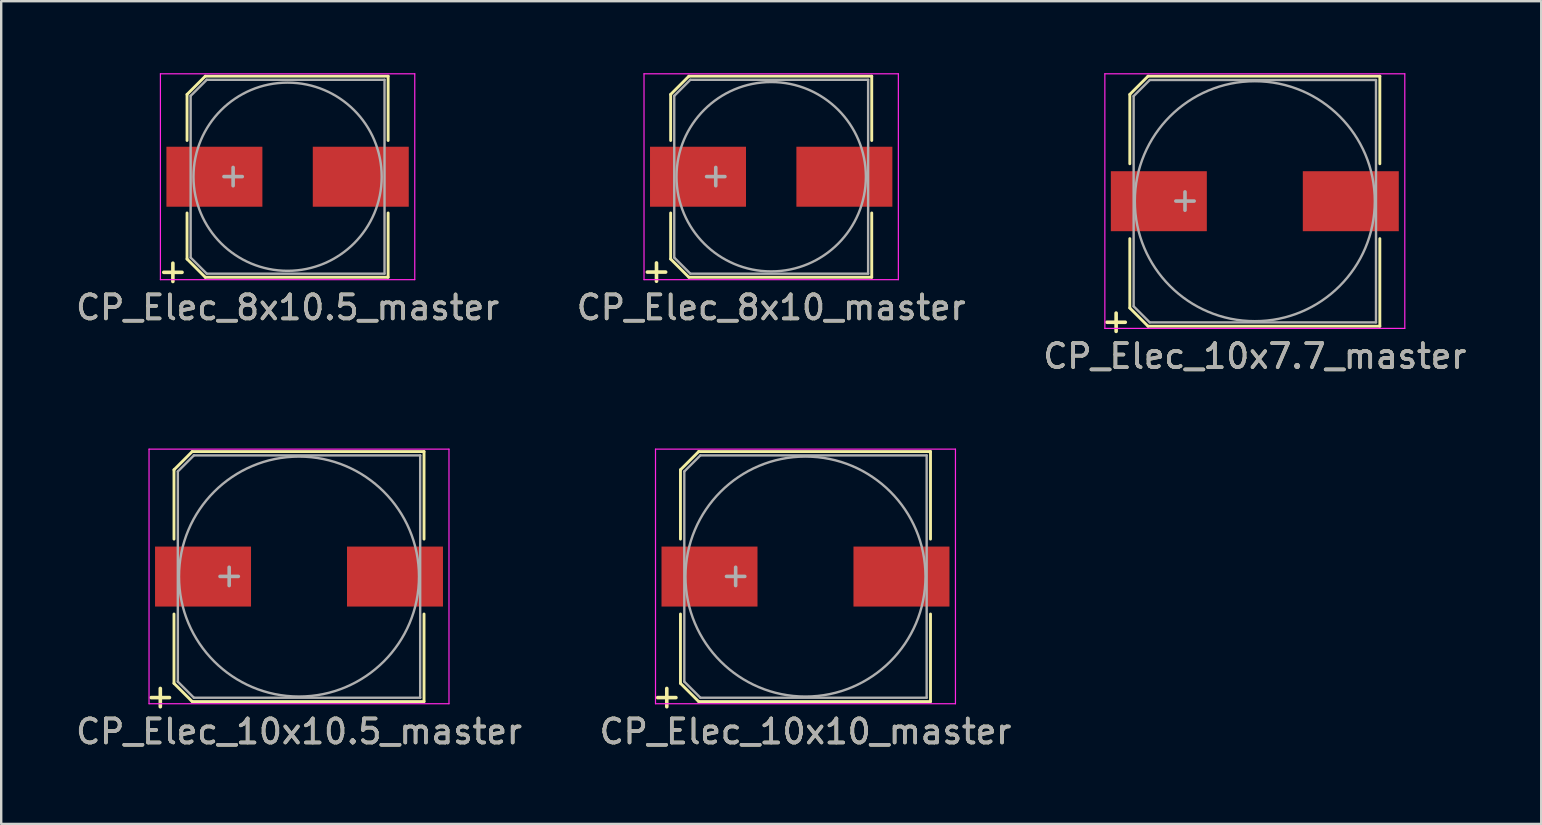
<source format=kicad_pcb>
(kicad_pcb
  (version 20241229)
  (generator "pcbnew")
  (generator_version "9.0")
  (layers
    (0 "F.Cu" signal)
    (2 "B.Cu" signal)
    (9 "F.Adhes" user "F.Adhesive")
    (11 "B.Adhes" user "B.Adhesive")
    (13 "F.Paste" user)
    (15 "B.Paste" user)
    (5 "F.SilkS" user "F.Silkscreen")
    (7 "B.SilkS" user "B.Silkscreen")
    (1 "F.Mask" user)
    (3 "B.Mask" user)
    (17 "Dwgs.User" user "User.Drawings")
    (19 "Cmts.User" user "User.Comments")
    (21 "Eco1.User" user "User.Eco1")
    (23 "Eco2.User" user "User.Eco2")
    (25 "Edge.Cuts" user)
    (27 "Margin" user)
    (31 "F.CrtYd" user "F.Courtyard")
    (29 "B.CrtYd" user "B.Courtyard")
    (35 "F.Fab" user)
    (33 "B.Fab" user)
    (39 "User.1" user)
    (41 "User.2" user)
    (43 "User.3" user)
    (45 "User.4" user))
  (footprint "CP_Elec_10x10.5_master"
    (layer "F.Cu")
    (at 9.411 20.978)
    (property "Reference" "CP_Elec_10x10.5_master" (at 0 6.46 0) (layer "F.SilkS") (effects (font (size 1 1) (thickness 0.15))))
    (attr smd)
    (fp_line (start -5.21 -4.45) (end -5.21 -1.56) (stroke (width 0.12) (type solid)) (layer "F.SilkS"))
    (fp_line (start -5.21 -4.45) (end -4.45 -5.21) (stroke (width 0.12) (type solid)) (layer "F.SilkS"))
    (fp_line (start -5.21 4.45) (end -5.21 1.56) (stroke (width 0.12) (type solid)) (layer "F.SilkS"))
    (fp_line (start -4.45 -5.21) (end 5.21 -5.21) (stroke (width 0.12) (type solid)) (layer "F.SilkS"))
    (fp_line (start -4.45 5.21) (end -5.21 4.45) (stroke (width 0.12) (type solid)) (layer "F.SilkS"))
    (fp_line (start 5.21 -5.21) (end 5.21 -1.56) (stroke (width 0.12) (type solid)) (layer "F.SilkS"))
    (fp_line (start 5.21 5.21) (end -4.45 5.21) (stroke (width 0.12) (type solid)) (layer "F.SilkS"))
    (fp_line (start 5.21 5.21) (end 5.21 1.56) (stroke (width 0.12) (type solid)) (layer "F.SilkS"))
    (fp_line (start -6.25 -5.31) (end -6.25 5.3) (stroke (width 0.05) (type solid)) (layer "F.CrtYd"))
    (fp_line (start -6.25 -5.31) (end 6.25 -5.31) (stroke (width 0.05) (type solid)) (layer "F.CrtYd"))
    (fp_line (start 6.25 5.3) (end -6.25 5.3) (stroke (width 0.05) (type solid)) (layer "F.CrtYd"))
    (fp_line (start 6.25 5.3) (end 6.25 -5.31) (stroke (width 0.05) (type solid)) (layer "F.CrtYd"))
    (fp_line (start -5.05 -4.38) (end -5.05 4.38) (stroke (width 0.1) (type solid)) (layer "F.Fab"))
    (fp_line (start -5.05 4.38) (end -4.38 5.05) (stroke (width 0.1) (type solid)) (layer "F.Fab"))
    (fp_line (start -4.38 -5.05) (end -5.05 -4.38) (stroke (width 0.1) (type solid)) (layer "F.Fab"))
    (fp_line (start -4.38 5.05) (end 5.05 5.05) (stroke (width 0.1) (type solid)) (layer "F.Fab"))
    (fp_line (start 5.05 -5.05) (end -4.38 -5.05) (stroke (width 0.1) (type solid)) (layer "F.Fab"))
    (fp_line (start 5.05 5.05) (end 5.05 -5.05) (stroke (width 0.1) (type solid)) (layer "F.Fab"))
    (fp_circle (center 0 0) (end 0 5) (stroke (width 0.1) (type solid)) (fill no) (layer "F.Fab"))
    (fp_text user "+" (at -5.78 4.97 0) (layer "F.SilkS") (effects (font (size 1 1) (thickness 0.15))))
    (fp_text user "+" (at -2.91 -0.08 0) (layer "F.Fab") (effects (font (size 1 1) (thickness 0.15))))
    (fp_text user "${REFERENCE}" (at 0 6.46 0) (layer "F.Fab") (effects (font (size 1 1) (thickness 0.15))))
    (pad "1" smd rect (at -4 0 180) (size 4 2.5) (layers "F.Cu" "F.Mask" "F.Paste"))
    (pad "2" smd rect (at 4 0 180) (size 4 2.5) (layers "F.Cu" "F.Mask" "F.Paste")))
  (footprint "CP_Elec_8x10_master"
    (layer "F.Cu")
    (at 29.089 4.315)
    (property "Reference" "CP_Elec_8x10_master" (at 0 5.45 0) (layer "F.SilkS") (effects (font (size 1 1) (thickness 0.15))))
    (attr smd)
    (fp_line (start -4.19 -3.43) (end -4.19 -1.51) (stroke (width 0.12) (type solid)) (layer "F.SilkS"))
    (fp_line (start -4.19 -3.43) (end -3.43 -4.19) (stroke (width 0.12) (type solid)) (layer "F.SilkS"))
    (fp_line (start -4.19 3.43) (end -4.19 1.51) (stroke (width 0.12) (type solid)) (layer "F.SilkS"))
    (fp_line (start -3.43 -4.19) (end 4.19 -4.19) (stroke (width 0.12) (type solid)) (layer "F.SilkS"))
    (fp_line (start -3.43 4.19) (end -4.19 3.43) (stroke (width 0.12) (type solid)) (layer "F.SilkS"))
    (fp_line (start 4.19 -4.19) (end 4.19 -1.51) (stroke (width 0.12) (type solid)) (layer "F.SilkS"))
    (fp_line (start 4.19 4.19) (end -3.43 4.19) (stroke (width 0.12) (type solid)) (layer "F.SilkS"))
    (fp_line (start 4.19 4.19) (end 4.19 1.51) (stroke (width 0.12) (type solid)) (layer "F.SilkS"))
    (fp_line (start -5.3 -4.29) (end -5.3 4.29) (stroke (width 0.05) (type solid)) (layer "F.CrtYd"))
    (fp_line (start -5.3 -4.29) (end 5.3 -4.29) (stroke (width 0.05) (type solid)) (layer "F.CrtYd"))
    (fp_line (start 5.3 4.29) (end -5.3 4.29) (stroke (width 0.05) (type solid)) (layer "F.CrtYd"))
    (fp_line (start 5.3 4.29) (end 5.3 -4.29) (stroke (width 0.05) (type solid)) (layer "F.CrtYd"))
    (fp_line (start -4.04 -3.37) (end -4.04 3.37) (stroke (width 0.1) (type solid)) (layer "F.Fab"))
    (fp_line (start -4.04 3.37) (end -3.37 4.04) (stroke (width 0.1) (type solid)) (layer "F.Fab"))
    (fp_line (start -3.37 -4.04) (end -4.04 -3.37) (stroke (width 0.1) (type solid)) (layer "F.Fab"))
    (fp_line (start -3.37 4.04) (end 4.04 4.04) (stroke (width 0.1) (type solid)) (layer "F.Fab"))
    (fp_line (start 4.04 -4.04) (end -3.37 -4.04) (stroke (width 0.1) (type solid)) (layer "F.Fab"))
    (fp_line (start 4.04 4.04) (end 4.04 -4.04) (stroke (width 0.1) (type solid)) (layer "F.Fab"))
    (fp_circle (center 0 0) (end -0.6 3.9) (stroke (width 0.1) (type solid)) (fill no) (layer "F.Fab"))
    (fp_text user "+" (at -4.78 3.9 0) (layer "F.SilkS") (effects (font (size 1 1) (thickness 0.15))))
    (fp_text user "${REFERENCE}" (at 0 5.45 0) (layer "F.Fab") (effects (font (size 1 1) (thickness 0.15))))
    (fp_text user "+" (at -2.31 -0.08 0) (layer "F.Fab") (effects (font (size 1 1) (thickness 0.15))))
    (pad "1" smd rect (at -3.05 0 180) (size 4 2.5) (layers "F.Cu" "F.Mask" "F.Paste"))
    (pad "2" smd rect (at 3.05 0 180) (size 4 2.5) (layers "F.Cu" "F.Mask" "F.Paste")))
  (footprint "CP_Elec_10x7.7_master"
    (layer "F.Cu")
    (at 49.244 5.335)
    (property "Reference" "CP_Elec_10x7.7_master" (at 0 6.46 0) (layer "F.SilkS") (effects (font (size 1 1) (thickness 0.15))))
    (attr smd)
    (fp_line (start -5.21 -4.45) (end -5.21 -1.56) (stroke (width 0.12) (type solid)) (layer "F.SilkS"))
    (fp_line (start -5.21 -4.45) (end -4.45 -5.21) (stroke (width 0.12) (type solid)) (layer "F.SilkS"))
    (fp_line (start -5.21 4.45) (end -5.21 1.56) (stroke (width 0.12) (type solid)) (layer "F.SilkS"))
    (fp_line (start -4.45 -5.21) (end 5.21 -5.21) (stroke (width 0.12) (type solid)) (layer "F.SilkS"))
    (fp_line (start -4.45 5.21) (end -5.21 4.45) (stroke (width 0.12) (type solid)) (layer "F.SilkS"))
    (fp_line (start 5.21 -5.21) (end 5.21 -1.56) (stroke (width 0.12) (type solid)) (layer "F.SilkS"))
    (fp_line (start 5.21 5.21) (end -4.45 5.21) (stroke (width 0.12) (type solid)) (layer "F.SilkS"))
    (fp_line (start 5.21 5.21) (end 5.21 1.56) (stroke (width 0.12) (type solid)) (layer "F.SilkS"))
    (fp_line (start -6.25 -5.31) (end -6.25 5.3) (stroke (width 0.05) (type solid)) (layer "F.CrtYd"))
    (fp_line (start -6.25 -5.31) (end 6.25 -5.31) (stroke (width 0.05) (type solid)) (layer "F.CrtYd"))
    (fp_line (start 6.25 5.3) (end -6.25 5.3) (stroke (width 0.05) (type solid)) (layer "F.CrtYd"))
    (fp_line (start 6.25 5.3) (end 6.25 -5.31) (stroke (width 0.05) (type solid)) (layer "F.CrtYd"))
    (fp_line (start -5.05 -4.38) (end -5.05 4.38) (stroke (width 0.1) (type solid)) (layer "F.Fab"))
    (fp_line (start -5.05 4.38) (end -4.38 5.05) (stroke (width 0.1) (type solid)) (layer "F.Fab"))
    (fp_line (start -4.38 -5.05) (end -5.05 -4.38) (stroke (width 0.1) (type solid)) (layer "F.Fab"))
    (fp_line (start -4.38 5.05) (end 5.05 5.05) (stroke (width 0.1) (type solid)) (layer "F.Fab"))
    (fp_line (start 5.05 -5.05) (end -4.38 -5.05) (stroke (width 0.1) (type solid)) (layer "F.Fab"))
    (fp_line (start 5.05 5.05) (end 5.05 -5.05) (stroke (width 0.1) (type solid)) (layer "F.Fab"))
    (fp_circle (center 0 0) (end 0 5) (stroke (width 0.1) (type solid)) (fill no) (layer "F.Fab"))
    (fp_text user "+" (at -5.78 4.97 0) (layer "F.SilkS") (effects (font (size 1 1) (thickness 0.15))))
    (fp_text user "+" (at -2.91 -0.08 0) (layer "F.Fab") (effects (font (size 1 1) (thickness 0.15))))
    (fp_text user "${REFERENCE}" (at 0 6.46 0) (layer "F.Fab") (effects (font (size 1 1) (thickness 0.15))))
    (pad "1" smd rect (at -4 0 180) (size 4 2.5) (layers "F.Cu" "F.Mask" "F.Paste"))
    (pad "2" smd rect (at 4 0 180) (size 4 2.5) (layers "F.Cu" "F.Mask" "F.Paste")))
  (footprint "CP_Elec_8x10.5_master"
    (layer "F.Cu")
    (at 8.935 4.315)
    (property "Reference" "CP_Elec_8x10.5_master" (at 0 5.45 0) (layer "F.SilkS") (effects (font (size 1 1) (thickness 0.15))))
    (attr smd)
    (fp_line (start -4.19 -3.43) (end -4.19 -1.51) (stroke (width 0.12) (type solid)) (layer "F.SilkS"))
    (fp_line (start -4.19 -3.43) (end -3.43 -4.19) (stroke (width 0.12) (type solid)) (layer "F.SilkS"))
    (fp_line (start -4.19 3.43) (end -4.19 1.51) (stroke (width 0.12) (type solid)) (layer "F.SilkS"))
    (fp_line (start -3.43 -4.19) (end 4.19 -4.19) (stroke (width 0.12) (type solid)) (layer "F.SilkS"))
    (fp_line (start -3.43 4.19) (end -4.19 3.43) (stroke (width 0.12) (type solid)) (layer "F.SilkS"))
    (fp_line (start 4.19 -4.19) (end 4.19 -1.51) (stroke (width 0.12) (type solid)) (layer "F.SilkS"))
    (fp_line (start 4.19 4.19) (end -3.43 4.19) (stroke (width 0.12) (type solid)) (layer "F.SilkS"))
    (fp_line (start 4.19 4.19) (end 4.19 1.51) (stroke (width 0.12) (type solid)) (layer "F.SilkS"))
    (fp_line (start -5.3 -4.29) (end -5.3 4.29) (stroke (width 0.05) (type solid)) (layer "F.CrtYd"))
    (fp_line (start -5.3 -4.29) (end 5.3 -4.29) (stroke (width 0.05) (type solid)) (layer "F.CrtYd"))
    (fp_line (start 5.3 4.29) (end -5.3 4.29) (stroke (width 0.05) (type solid)) (layer "F.CrtYd"))
    (fp_line (start 5.3 4.29) (end 5.3 -4.29) (stroke (width 0.05) (type solid)) (layer "F.CrtYd"))
    (fp_line (start -4.04 -3.37) (end -4.04 3.37) (stroke (width 0.1) (type solid)) (layer "F.Fab"))
    (fp_line (start -4.04 3.37) (end -3.37 4.04) (stroke (width 0.1) (type solid)) (layer "F.Fab"))
    (fp_line (start -3.37 -4.04) (end -4.04 -3.37) (stroke (width 0.1) (type solid)) (layer "F.Fab"))
    (fp_line (start -3.37 4.04) (end 4.04 4.04) (stroke (width 0.1) (type solid)) (layer "F.Fab"))
    (fp_line (start 4.04 -4.04) (end -3.37 -4.04) (stroke (width 0.1) (type solid)) (layer "F.Fab"))
    (fp_line (start 4.04 4.04) (end 4.04 -4.04) (stroke (width 0.1) (type solid)) (layer "F.Fab"))
    (fp_circle (center 0 0) (end 1.3 3.7) (stroke (width 0.1) (type solid)) (fill no) (layer "F.Fab"))
    (fp_text user "+" (at -4.78 3.91 0) (layer "F.SilkS") (effects (font (size 1 1) (thickness 0.15))))
    (fp_text user "+" (at -2.27 -0.08 0) (layer "F.Fab") (effects (font (size 1 1) (thickness 0.15))))
    (fp_text user "${REFERENCE}" (at 0 5.45 0) (layer "F.Fab") (effects (font (size 1 1) (thickness 0.15))))
    (pad "1" smd rect (at -3.05 0 180) (size 4 2.5) (layers "F.Cu" "F.Mask" "F.Paste"))
    (pad "2" smd rect (at 3.05 0 180) (size 4 2.5) (layers "F.Cu" "F.Mask" "F.Paste")))
  (footprint "CP_Elec_10x10_master"
    (layer "F.Cu")
    (at 30.518 20.978)
    (property "Reference" "CP_Elec_10x10_master" (at 0 6.46 0) (layer "F.SilkS") (effects (font (size 1 1) (thickness 0.15))))
    (attr smd)
    (fp_line (start -5.21 -4.45) (end -5.21 -1.56) (stroke (width 0.12) (type solid)) (layer "F.SilkS"))
    (fp_line (start -5.21 -4.45) (end -4.45 -5.21) (stroke (width 0.12) (type solid)) (layer "F.SilkS"))
    (fp_line (start -5.21 4.45) (end -5.21 1.56) (stroke (width 0.12) (type solid)) (layer "F.SilkS"))
    (fp_line (start -4.45 -5.21) (end 5.21 -5.21) (stroke (width 0.12) (type solid)) (layer "F.SilkS"))
    (fp_line (start -4.45 5.21) (end -5.21 4.45) (stroke (width 0.12) (type solid)) (layer "F.SilkS"))
    (fp_line (start 5.21 -5.21) (end 5.21 -1.56) (stroke (width 0.12) (type solid)) (layer "F.SilkS"))
    (fp_line (start 5.21 5.21) (end -4.45 5.21) (stroke (width 0.12) (type solid)) (layer "F.SilkS"))
    (fp_line (start 5.21 5.21) (end 5.21 1.56) (stroke (width 0.12) (type solid)) (layer "F.SilkS"))
    (fp_line (start -6.25 -5.31) (end -6.25 5.3) (stroke (width 0.05) (type solid)) (layer "F.CrtYd"))
    (fp_line (start -6.25 -5.31) (end 6.25 -5.31) (stroke (width 0.05) (type solid)) (layer "F.CrtYd"))
    (fp_line (start 6.25 5.3) (end -6.25 5.3) (stroke (width 0.05) (type solid)) (layer "F.CrtYd"))
    (fp_line (start 6.25 5.3) (end 6.25 -5.31) (stroke (width 0.05) (type solid)) (layer "F.CrtYd"))
    (fp_line (start -5.05 -4.38) (end -5.05 4.38) (stroke (width 0.1) (type solid)) (layer "F.Fab"))
    (fp_line (start -5.05 4.38) (end -4.38 5.05) (stroke (width 0.1) (type solid)) (layer "F.Fab"))
    (fp_line (start -4.38 -5.05) (end -5.05 -4.38) (stroke (width 0.1) (type solid)) (layer "F.Fab"))
    (fp_line (start -4.38 5.05) (end 5.05 5.05) (stroke (width 0.1) (type solid)) (layer "F.Fab"))
    (fp_line (start 5.05 -5.05) (end -4.38 -5.05) (stroke (width 0.1) (type solid)) (layer "F.Fab"))
    (fp_line (start 5.05 5.05) (end 5.05 -5.05) (stroke (width 0.1) (type solid)) (layer "F.Fab"))
    (fp_circle (center 0 0) (end 0.1 5) (stroke (width 0.1) (type solid)) (fill no) (layer "F.Fab"))
    (fp_text user "+" (at -5.78 4.97 0) (layer "F.SilkS") (effects (font (size 1 1) (thickness 0.15))))
    (fp_text user "+" (at -2.91 -0.08 0) (layer "F.Fab") (effects (font (size 1 1) (thickness 0.15))))
    (fp_text user "${REFERENCE}" (at 0 6.46 0) (layer "F.Fab") (effects (font (size 1 1) (thickness 0.15))))
    (pad "1" smd rect (at -4 0 180) (size 4 2.5) (layers "F.Cu" "F.Mask" "F.Paste"))
    (pad "2" smd rect (at 4 0 180) (size 4 2.5) (layers "F.Cu" "F.Mask" "F.Paste")))
  (gr_rect
    (start -3 -3)
    (end 61.179 31.287)
    (stroke (width 0.1) (type default))
    (fill no)
    (layer "Edge.Cuts")))
</source>
